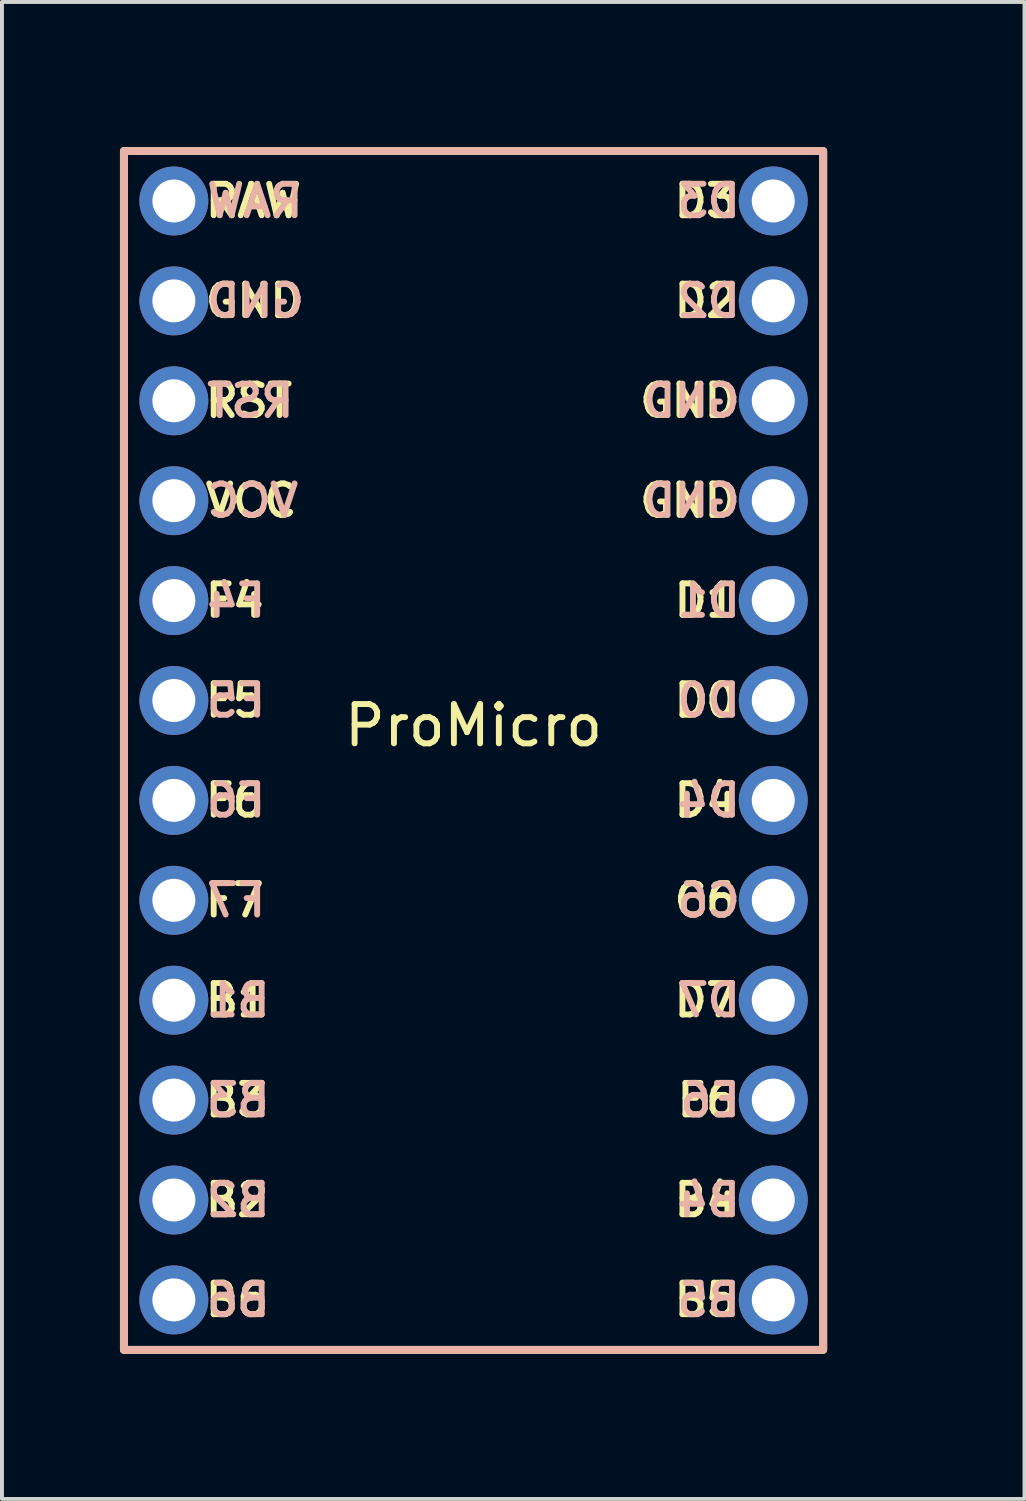
<source format=kicad_pcb>
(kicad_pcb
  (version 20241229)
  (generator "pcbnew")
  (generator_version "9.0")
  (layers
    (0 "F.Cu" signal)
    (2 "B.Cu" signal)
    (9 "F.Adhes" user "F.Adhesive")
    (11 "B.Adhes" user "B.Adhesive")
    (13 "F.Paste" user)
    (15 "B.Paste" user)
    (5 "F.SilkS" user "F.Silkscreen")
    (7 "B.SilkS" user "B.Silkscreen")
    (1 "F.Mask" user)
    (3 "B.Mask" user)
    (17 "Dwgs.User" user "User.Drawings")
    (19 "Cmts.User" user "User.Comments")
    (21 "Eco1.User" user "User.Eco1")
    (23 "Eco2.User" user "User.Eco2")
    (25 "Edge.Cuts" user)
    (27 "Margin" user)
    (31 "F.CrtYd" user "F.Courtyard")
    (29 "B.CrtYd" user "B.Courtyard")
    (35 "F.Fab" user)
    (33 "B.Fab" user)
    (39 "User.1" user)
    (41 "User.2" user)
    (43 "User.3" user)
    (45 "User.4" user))
  (footprint "ProMicro"
    (layer "F.Cu")
    (at 8.99 16.03)
    (property "Reference" "ProMicro" (at 0 -0.635 0) (unlocked yes) (layer "F.SilkS") (effects (font (size 1 1) (thickness 0.15))))
    (fp_rect (start -8.89 -15.24) (end 8.89 15.24) (stroke (width 0.2) (type solid)) (fill no) (layer "F.SilkS"))
    (fp_rect (start 8.89 -15.24) (end -8.89 15.24) (stroke (width 0.2) (type solid)) (fill no) (layer "B.SilkS"))
    (fp_text user "D7" (at 6.782 6.35 0) (unlocked yes) (layer "F.SilkS") (effects (font (size 0.8 0.8) (thickness 0.15)) (justify right)))
    (fp_text user "RAW" (at -6.896 -13.97 0) (unlocked yes) (layer "F.SilkS") (effects (font (size 0.8 0.8) (thickness 0.15)) (justify left)))
    (fp_text user "GND" (at 6.782 -8.89 0) (unlocked yes) (layer "F.SilkS") (effects (font (size 0.8 0.8) (thickness 0.15)) (justify right)))
    (fp_text user "D0" (at 6.782 -1.27 0) (unlocked yes) (layer "F.SilkS") (effects (font (size 0.8 0.8) (thickness 0.15)) (justify right)))
    (fp_text user "GND" (at -6.896 -11.43 0) (unlocked yes) (layer "F.SilkS") (effects (font (size 0.8 0.8) (thickness 0.15)) (justify left)))
    (fp_text user "B1" (at -6.896 6.35 0) (unlocked yes) (layer "F.SilkS") (effects (font (size 0.8 0.8) (thickness 0.15)) (justify left)))
    (fp_text user "F7" (at -6.896 3.81 0) (unlocked yes) (layer "F.SilkS") (effects (font (size 0.8 0.8) (thickness 0.15)) (justify left)))
    (fp_text user "D2" (at 6.782 -11.43 0) (unlocked yes) (layer "F.SilkS") (effects (font (size 0.8 0.8) (thickness 0.15)) (justify right)))
    (fp_text user "F5" (at -6.896 -1.27 0) (unlocked yes) (layer "F.SilkS") (effects (font (size 0.8 0.8) (thickness 0.15)) (justify left)))
    (fp_text user "F6" (at -6.896 1.27 0) (unlocked yes) (layer "F.SilkS") (effects (font (size 0.8 0.8) (thickness 0.15)) (justify left)))
    (fp_text user "B4" (at 6.782 11.43 0) (unlocked yes) (layer "F.SilkS") (effects (font (size 0.8 0.8) (thickness 0.15)) (justify right)))
    (fp_text user "GND" (at 6.782 -6.35 0) (unlocked yes) (layer "F.SilkS") (effects (font (size 0.8 0.8) (thickness 0.15)) (justify right)))
    (fp_text user "B3" (at -6.896 8.89 0) (unlocked yes) (layer "F.SilkS") (effects (font (size 0.8 0.8) (thickness 0.15)) (justify left)))
    (fp_text user "E6" (at 6.782 8.89 0) (unlocked yes) (layer "F.SilkS") (effects (font (size 0.8 0.8) (thickness 0.15)) (justify right)))
    (fp_text user "F4" (at -6.896 -3.81 0) (unlocked yes) (layer "F.SilkS") (effects (font (size 0.8 0.8) (thickness 0.15)) (justify left)))
    (fp_text user "C6" (at 6.782 3.81 0) (unlocked yes) (layer "F.SilkS") (effects (font (size 0.8 0.8) (thickness 0.15)) (justify right)))
    (fp_text user "D1" (at 6.782 -3.81 0) (unlocked yes) (layer "F.SilkS") (effects (font (size 0.8 0.8) (thickness 0.15)) (justify right)))
    (fp_text user "B5" (at 6.782 13.97 0) (unlocked yes) (layer "F.SilkS") (effects (font (size 0.8 0.8) (thickness 0.15)) (justify right)))
    (fp_text user "VCC" (at -6.896 -6.35 0) (unlocked yes) (layer "F.SilkS") (effects (font (size 0.8 0.8) (thickness 0.15)) (justify left)))
    (fp_text user "D4" (at 6.782 1.27 0) (unlocked yes) (layer "F.SilkS") (effects (font (size 0.8 0.8) (thickness 0.15)) (justify right)))
    (fp_text user "B6" (at -6.896 13.97 0) (unlocked yes) (layer "F.SilkS") (effects (font (size 0.8 0.8) (thickness 0.15)) (justify left)))
    (fp_text user "D3" (at 6.782 -13.97 0) (unlocked yes) (layer "F.SilkS") (effects (font (size 0.8 0.8) (thickness 0.15)) (justify right)))
    (fp_text user "RST" (at -6.896 -8.89 0) (unlocked yes) (layer "F.SilkS") (effects (font (size 0.8 0.8) (thickness 0.15)) (justify left)))
    (fp_text user "B2" (at -6.896 11.43 0) (unlocked yes) (layer "F.SilkS") (effects (font (size 0.8 0.8) (thickness 0.15)) (justify left)))
    (fp_text user "F7" (at -6.858 3.81 0) (unlocked yes) (layer "B.SilkS") (effects (font (size 0.8 0.8) (thickness 0.15)) (justify right mirror)))
    (fp_text user "B6" (at -6.858 13.97 0) (unlocked yes) (layer "B.SilkS") (effects (font (size 0.8 0.8) (thickness 0.15)) (justify right mirror)))
    (fp_text user "F6" (at -6.858 1.27 0) (unlocked yes) (layer "B.SilkS") (effects (font (size 0.8 0.8) (thickness 0.15)) (justify right mirror)))
    (fp_text user "B5" (at 6.858 13.97 0) (unlocked yes) (layer "B.SilkS") (effects (font (size 0.8 0.8) (thickness 0.15)) (justify left mirror)))
    (fp_text user "RAW" (at -6.858 -13.97 0) (unlocked yes) (layer "B.SilkS") (effects (font (size 0.8 0.8) (thickness 0.15)) (justify right mirror)))
    (fp_text user "GND" (at 6.858 -6.35 0) (unlocked yes) (layer "B.SilkS") (effects (font (size 0.8 0.8) (thickness 0.15)) (justify left mirror)))
    (fp_text user "GND" (at -6.858 -11.43 0) (unlocked yes) (layer "B.SilkS") (effects (font (size 0.8 0.8) (thickness 0.15)) (justify right mirror)))
    (fp_text user "B3" (at -6.858 8.89 0) (unlocked yes) (layer "B.SilkS") (effects (font (size 0.8 0.8) (thickness 0.15)) (justify right mirror)))
    (fp_text user "C6" (at 6.858 3.81 0) (unlocked yes) (layer "B.SilkS") (effects (font (size 0.8 0.8) (thickness 0.15)) (justify left mirror)))
    (fp_text user "VCC" (at -6.858 -6.35 0) (unlocked yes) (layer "B.SilkS") (effects (font (size 0.8 0.8) (thickness 0.15)) (justify right mirror)))
    (fp_text user "RST" (at -6.858 -8.89 0) (unlocked yes) (layer "B.SilkS") (effects (font (size 0.8 0.8) (thickness 0.15)) (justify right mirror)))
    (fp_text user "B4" (at 6.858 11.43 0) (unlocked yes) (layer "B.SilkS") (effects (font (size 0.8 0.8) (thickness 0.15)) (justify left mirror)))
    (fp_text user "B2" (at -6.858 11.43 0) (unlocked yes) (layer "B.SilkS") (effects (font (size 0.8 0.8) (thickness 0.15)) (justify right mirror)))
    (fp_text user "D2" (at 6.858 -11.43 0) (unlocked yes) (layer "B.SilkS") (effects (font (size 0.8 0.8) (thickness 0.15)) (justify left mirror)))
    (fp_text user "F4" (at -6.858 -3.81 0) (unlocked yes) (layer "B.SilkS") (effects (font (size 0.8 0.8) (thickness 0.15)) (justify right mirror)))
    (fp_text user "F5" (at -6.858 -1.27 0) (unlocked yes) (layer "B.SilkS") (effects (font (size 0.8 0.8) (thickness 0.15)) (justify right mirror)))
    (fp_text user "D3" (at 6.858 -13.97 0) (unlocked yes) (layer "B.SilkS") (effects (font (size 0.8 0.8) (thickness 0.15)) (justify left mirror)))
    (fp_text user "B1" (at -6.858 6.35 0) (unlocked yes) (layer "B.SilkS") (effects (font (size 0.8 0.8) (thickness 0.15)) (justify right mirror)))
    (fp_text user "E6" (at 6.858 8.89 0) (unlocked yes) (layer "B.SilkS") (effects (font (size 0.8 0.8) (thickness 0.15)) (justify left mirror)))
    (fp_text user "D4" (at 6.858 1.27 0) (unlocked yes) (layer "B.SilkS") (effects (font (size 0.8 0.8) (thickness 0.15)) (justify left mirror)))
    (fp_text user "D0" (at 6.858 -1.27 0) (unlocked yes) (layer "B.SilkS") (effects (font (size 0.8 0.8) (thickness 0.15)) (justify left mirror)))
    (fp_text user "D1" (at 6.858 -3.81 0) (unlocked yes) (layer "B.SilkS") (effects (font (size 0.8 0.8) (thickness 0.15)) (justify left mirror)))
    (fp_text user "D7" (at 6.858 6.35 0) (unlocked yes) (layer "B.SilkS") (effects (font (size 0.8 0.8) (thickness 0.15)) (justify left mirror)))
    (fp_text user "GND" (at 6.858 -8.89 0) (unlocked yes) (layer "B.SilkS") (effects (font (size 0.8 0.8) (thickness 0.15)) (justify left mirror)))
    (fp_text user "Legends assuming the PM is facing down" (at 10.16 0 90) (unlocked yes) (layer "User.1") (effects (font (size 1 1) (thickness 0.15))))
    (pad "1" thru_hole circle (at -7.62 -13.97) (size 1.753 1.753) (drill 1.092) (layers "*.Cu" "*.Mask"))
    (pad "2" thru_hole circle (at -7.62 -11.43) (size 1.753 1.753) (drill 1.092) (layers "*.Cu" "*.Mask"))
    (pad "3" thru_hole circle (at -7.62 -8.89) (size 1.753 1.753) (drill 1.092) (layers "*.Cu" "*.Mask"))
    (pad "4" thru_hole circle (at -7.62 -6.35) (size 1.753 1.753) (drill 1.092) (layers "*.Cu" "*.Mask"))
    (pad "5" thru_hole circle (at -7.62 -3.81) (size 1.753 1.753) (drill 1.092) (layers "*.Cu" "*.Mask"))
    (pad "6" thru_hole circle (at -7.62 -1.27) (size 1.753 1.753) (drill 1.092) (layers "*.Cu" "*.Mask"))
    (pad "7" thru_hole circle (at -7.62 1.27) (size 1.753 1.753) (drill 1.092) (layers "*.Cu" "*.Mask"))
    (pad "8" thru_hole circle (at -7.62 3.81) (size 1.753 1.753) (drill 1.092) (layers "*.Cu" "*.Mask"))
    (pad "9" thru_hole circle (at -7.62 6.35) (size 1.753 1.753) (drill 1.092) (layers "*.Cu" "*.Mask"))
    (pad "10" thru_hole circle (at -7.62 8.89) (size 1.753 1.753) (drill 1.092) (layers "*.Cu" "*.Mask"))
    (pad "11" thru_hole circle (at -7.62 11.43) (size 1.753 1.753) (drill 1.092) (layers "*.Cu" "*.Mask"))
    (pad "12" thru_hole circle (at -7.62 13.97) (size 1.753 1.753) (drill 1.092) (layers "*.Cu" "*.Mask"))
    (pad "13" thru_hole circle (at 7.62 -13.97) (size 1.753 1.753) (drill 1.092) (layers "*.Cu" "*.Mask"))
    (pad "14" thru_hole circle (at 7.62 -11.43) (size 1.753 1.753) (drill 1.092) (layers "*.Cu" "*.Mask"))
    (pad "15" thru_hole circle (at 7.62 -8.89) (size 1.753 1.753) (drill 1.092) (layers "*.Cu" "*.Mask"))
    (pad "16" thru_hole circle (at 7.62 -6.35) (size 1.753 1.753) (drill 1.092) (layers "*.Cu" "*.Mask"))
    (pad "17" thru_hole circle (at 7.62 -3.81) (size 1.753 1.753) (drill 1.092) (layers "*.Cu" "*.Mask"))
    (pad "18" thru_hole circle (at 7.62 -1.27) (size 1.753 1.753) (drill 1.092) (layers "*.Cu" "*.Mask"))
    (pad "19" thru_hole circle (at 7.62 1.27) (size 1.753 1.753) (drill 1.092) (layers "*.Cu" "*.Mask"))
    (pad "20" thru_hole circle (at 7.62 3.81) (size 1.753 1.753) (drill 1.092) (layers "*.Cu" "*.Mask"))
    (pad "21" thru_hole circle (at 7.62 6.35) (size 1.753 1.753) (drill 1.092) (layers "*.Cu" "*.Mask"))
    (pad "22" thru_hole circle (at 7.62 8.89) (size 1.753 1.753) (drill 1.092) (layers "*.Cu" "*.Mask"))
    (pad "23" thru_hole circle (at 7.62 11.43) (size 1.753 1.753) (drill 1.092) (layers "*.Cu" "*.Mask"))
    (pad "24" thru_hole circle (at 7.62 13.97) (size 1.753 1.753) (drill 1.092) (layers "*.Cu" "*.Mask")))
  (gr_rect
    (start -3 -3)
    (end 22.998 35.06)
    (stroke (width 0.1) (type default))
    (fill no)
    (layer "Edge.Cuts")))
</source>
